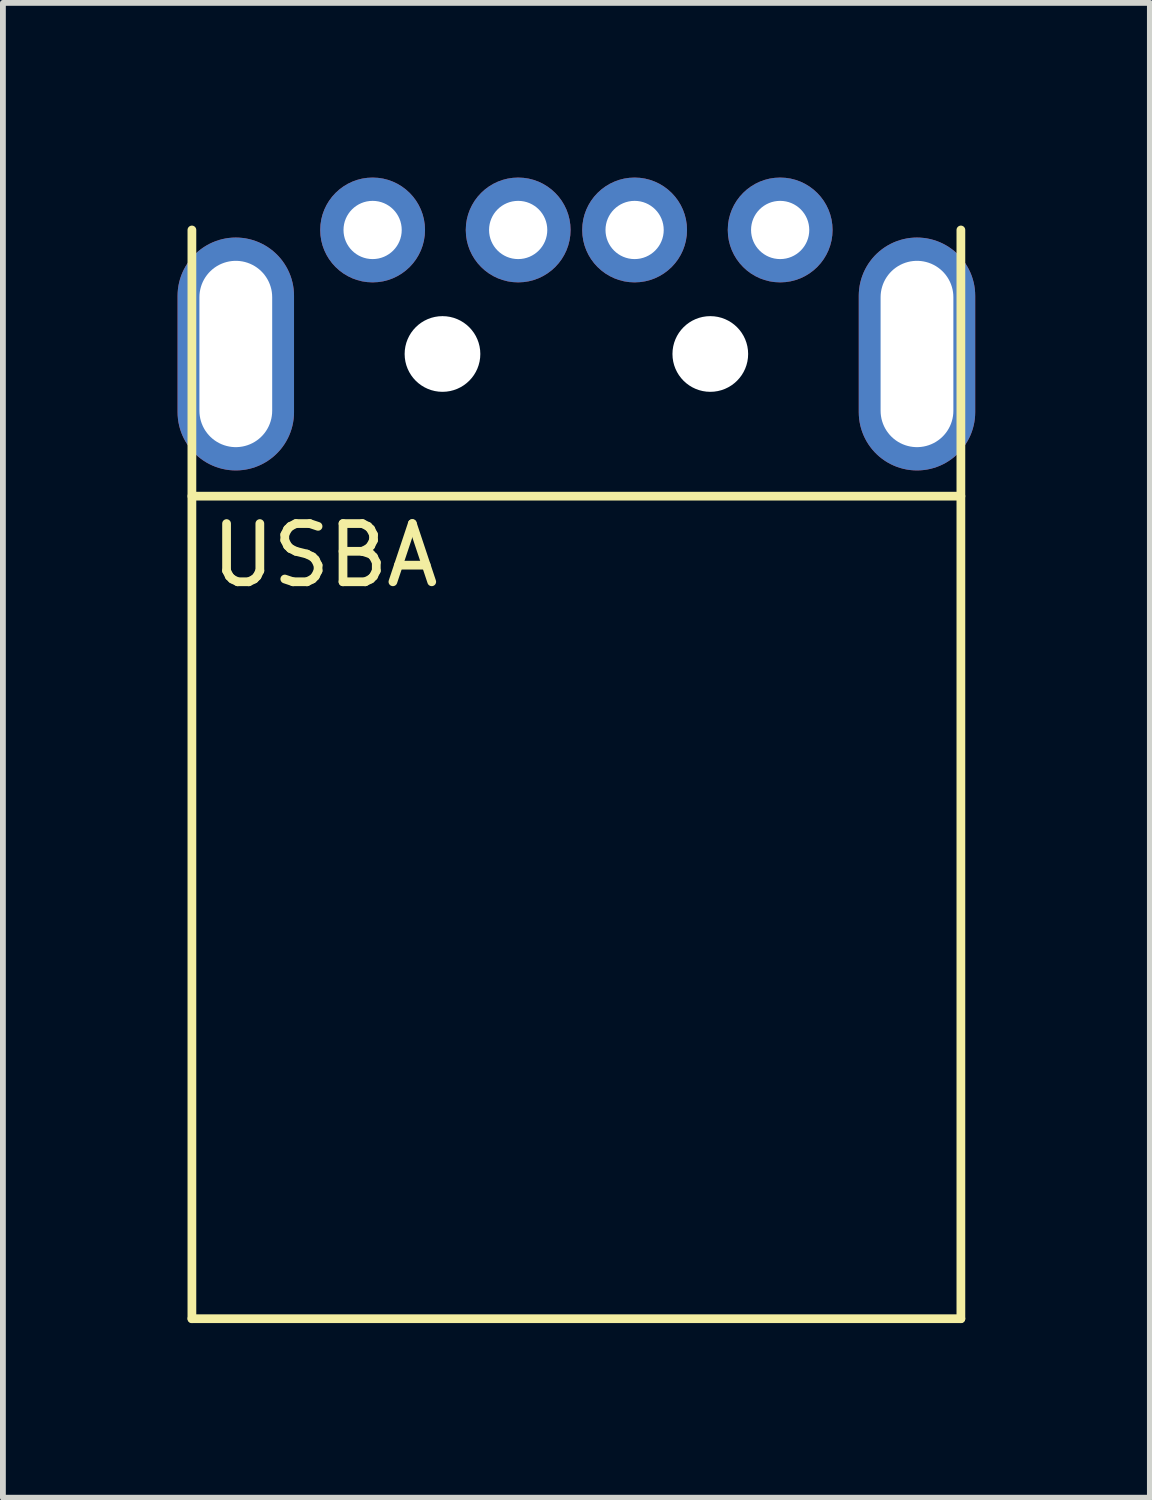
<source format=kicad_pcb>
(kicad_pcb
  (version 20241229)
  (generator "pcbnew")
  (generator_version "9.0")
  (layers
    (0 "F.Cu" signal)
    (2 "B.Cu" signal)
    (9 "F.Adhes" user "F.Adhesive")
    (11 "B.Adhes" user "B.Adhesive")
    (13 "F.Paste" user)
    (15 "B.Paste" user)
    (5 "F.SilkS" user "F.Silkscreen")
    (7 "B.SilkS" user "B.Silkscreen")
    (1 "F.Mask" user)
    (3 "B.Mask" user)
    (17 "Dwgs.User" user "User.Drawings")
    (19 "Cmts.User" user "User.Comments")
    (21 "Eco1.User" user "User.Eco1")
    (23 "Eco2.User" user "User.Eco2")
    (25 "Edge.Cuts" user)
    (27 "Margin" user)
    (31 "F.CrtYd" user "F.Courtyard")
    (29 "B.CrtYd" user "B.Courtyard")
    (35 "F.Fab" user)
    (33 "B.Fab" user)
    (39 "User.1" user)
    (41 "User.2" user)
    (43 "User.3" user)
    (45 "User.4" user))
  (footprint "USBA"
    (layer "F.Cu")
    (at 6.85 0.9)
    (property "Reference" "USBA" (at -4.318 5.588 0) (layer "F.SilkS") (effects (font (size 1 1) (thickness 0.15))))
    (attr through_hole)
    (fp_line (start -6.604 0) (end -6.604 18.7) (stroke (width 0.15) (type solid)) (layer "F.SilkS"))
    (fp_line (start 6.604 0) (end 6.604 18.7) (stroke (width 0.15) (type solid)) (layer "F.SilkS"))
    (fp_line (start 6.604 4.572) (end -6.604 4.572) (stroke (width 0.15) (type solid)) (layer "F.SilkS"))
    (fp_line (start 6.604 18.7) (end -6.604 18.7) (stroke (width 0.15) (type solid)) (layer "F.SilkS"))
    (pad "" np_thru_hole circle (at -2.3 2.13) (size 1.3 1.3) (drill 1.3) (layers "*.Cu" "*.Mask"))
    (pad "" np_thru_hole circle (at 2.3 2.13) (size 1.3 1.3) (drill 1.3) (layers "*.Cu" "*.Mask"))
    (pad "1" thru_hole circle (at 3.5 0) (size 1.8 1.8) (drill 1) (layers "*.Cu" "*.Mask"))
    (pad "2" thru_hole circle (at 1 0) (size 1.8 1.8) (drill 1) (layers "*.Cu" "*.Mask"))
    (pad "3" thru_hole circle (at -1 0) (size 1.8 1.8) (drill 1) (layers "*.Cu" "*.Mask"))
    (pad "4" thru_hole circle (at -3.5 0) (size 1.8 1.8) (drill 1) (layers "*.Cu" "*.Mask"))
    (pad "5" thru_hole oval (at -5.85 2.13) (size 2 4) (drill oval 1.25 3.2) (layers "*.Cu" "*.Mask"))
    (pad "5" thru_hole oval (at 5.85 2.13) (size 2 4) (drill oval 1.25 3.2) (layers "*.Cu" "*.Mask")))
  (gr_rect
    (start -3 -3)
    (end 16.7 22.675)
    (stroke (width 0.1) (type default))
    (fill no)
    (layer "Edge.Cuts")))
</source>
